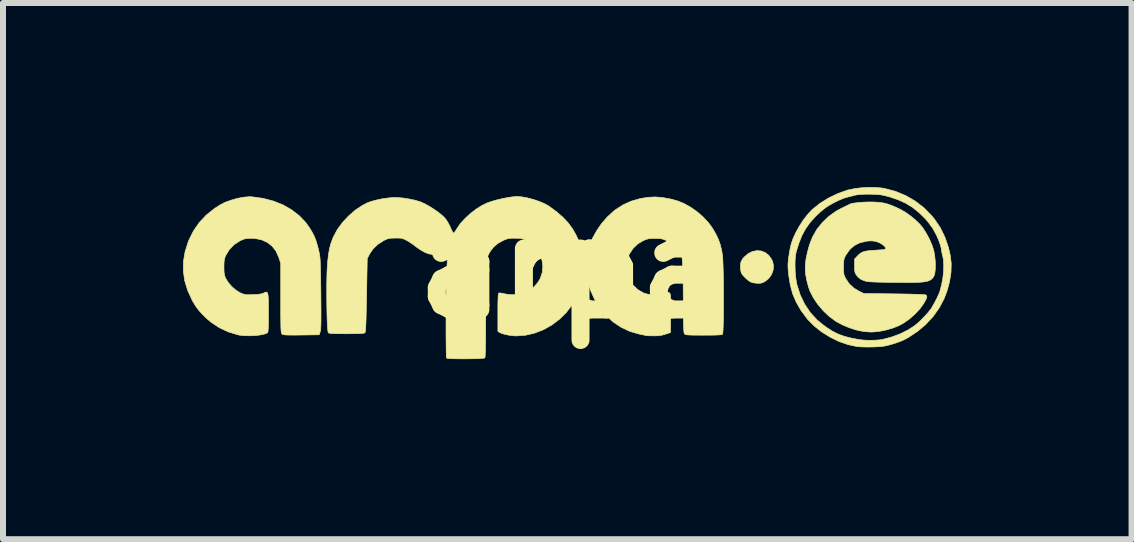
<source format=kicad_pcb>
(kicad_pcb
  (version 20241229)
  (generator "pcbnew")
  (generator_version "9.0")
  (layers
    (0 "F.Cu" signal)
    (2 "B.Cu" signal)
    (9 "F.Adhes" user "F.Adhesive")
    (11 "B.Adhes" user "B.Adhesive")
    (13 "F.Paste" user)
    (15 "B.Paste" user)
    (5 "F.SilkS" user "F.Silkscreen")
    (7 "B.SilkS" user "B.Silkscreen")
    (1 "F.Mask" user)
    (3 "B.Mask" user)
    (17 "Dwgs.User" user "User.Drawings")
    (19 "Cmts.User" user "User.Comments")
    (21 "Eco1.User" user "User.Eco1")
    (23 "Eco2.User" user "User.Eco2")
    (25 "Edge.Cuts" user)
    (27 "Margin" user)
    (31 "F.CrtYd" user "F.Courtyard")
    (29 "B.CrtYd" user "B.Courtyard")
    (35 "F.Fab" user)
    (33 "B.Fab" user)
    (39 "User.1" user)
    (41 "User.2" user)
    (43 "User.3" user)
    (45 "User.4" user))
  (footprint "arpa"
    (layer "F.Cu")
    (at 6.479 1.418)
    (property "Reference" "arpa" (at 0 0 0) (layer "F.SilkS") (effects (font (size 1.524 1.524) (thickness 0.3))))
    (attr through_hole)
    (fp_poly (pts (xy 3.155 -0.286) (xy 3.223 -0.259) (xy 3.282 -0.213) (xy 3.329 -0.147) (xy 3.347 -0.109) (xy 3.362 -0.035) (xy 3.354 0.039) (xy 3.326 0.111) (xy 3.278 0.175) (xy 3.234 0.212) (xy 3.192 0.237) (xy 3.156 0.25) (xy 3.113 0.253) (xy 3.107 0.253) (xy 3.059 0.25) (xy 3.014 0.243) (xy 2.999 0.239) (xy 2.968 0.224) (xy 2.929 0.196) (xy 2.89 0.161) (xy 2.889 0.16) (xy 2.853 0.122) (xy 2.832 0.093) (xy 2.82 0.063) (xy 2.813 0.025) (xy 2.813 0.022) (xy 2.809 -0.048) (xy 2.819 -0.103) (xy 2.845 -0.152) (xy 2.868 -0.18) (xy 2.935 -0.239) (xy 3.007 -0.276) (xy 3.082 -0.291) (xy 3.155 -0.286)) (stroke (width 0.01) (type solid)) (fill yes) (layer "F.SilkS"))
    (fp_poly (pts (xy -5.327 -1.188) (xy -5.143 -1.162) (xy -4.971 -1.117) (xy -4.812 -1.053) (xy -4.67 -0.972) (xy -4.544 -0.875) (xy -4.436 -0.762) (xy -4.376 -0.679) (xy -4.329 -0.603) (xy -4.293 -0.534) (xy -4.265 -0.463) (xy -4.24 -0.381) (xy -4.221 -0.308) (xy -4.214 -0.275) (xy -4.207 -0.245) (xy -4.202 -0.216) (xy -4.198 -0.183) (xy -4.194 -0.145) (xy -4.192 -0.099) (xy -4.19 -0.043) (xy -4.188 0.027) (xy -4.186 0.113) (xy -4.185 0.218) (xy -4.183 0.344) (xy -4.182 0.419) (xy -4.181 0.564) (xy -4.18 0.685) (xy -4.18 0.785) (xy -4.18 0.866) (xy -4.181 0.93) (xy -4.183 0.979) (xy -4.185 1.016) (xy -4.189 1.042) (xy -4.193 1.059) (xy -4.193 1.06) (xy -4.21 1.111) (xy -4.511 1.115) (xy -4.607 1.116) (xy -4.682 1.116) (xy -4.737 1.115) (xy -4.776 1.113) (xy -4.803 1.11) (xy -4.82 1.105) (xy -4.83 1.099) (xy -4.831 1.098) (xy -4.836 1.091) (xy -4.84 1.079) (xy -4.843 1.059) (xy -4.846 1.03) (xy -4.848 0.989) (xy -4.849 0.935) (xy -4.85 0.864) (xy -4.851 0.775) (xy -4.851 0.665) (xy -4.851 0.533) (xy -4.851 0.498) (xy -4.851 -0.082) (xy -4.885 -0.183) (xy -4.93 -0.283) (xy -4.993 -0.364) (xy -5.072 -0.427) (xy -5.167 -0.471) (xy -5.275 -0.493) (xy -5.342 -0.497) (xy -5.398 -0.496) (xy -5.44 -0.49) (xy -5.478 -0.478) (xy -5.525 -0.457) (xy -5.534 -0.452) (xy -5.629 -0.391) (xy -5.706 -0.311) (xy -5.764 -0.216) (xy -5.78 -0.179) (xy -5.789 -0.144) (xy -5.795 -0.103) (xy -5.797 -0.048) (xy -5.797 -0.019) (xy -5.796 0.046) (xy -5.792 0.093) (xy -5.784 0.13) (xy -5.771 0.165) (xy -5.769 0.169) (xy -5.727 0.237) (xy -5.669 0.305) (xy -5.602 0.364) (xy -5.533 0.408) (xy -5.523 0.413) (xy -5.486 0.428) (xy -5.455 0.438) (xy -5.421 0.443) (xy -5.379 0.444) (xy -5.319 0.442) (xy -5.31 0.442) (xy -5.237 0.438) (xy -5.183 0.431) (xy -5.145 0.42) (xy -5.132 0.414) (xy -5.11 0.403) (xy -5.092 0.399) (xy -5.079 0.403) (xy -5.069 0.418) (xy -5.063 0.447) (xy -5.058 0.492) (xy -5.056 0.554) (xy -5.055 0.638) (xy -5.055 0.744) (xy -5.055 0.75) (xy -5.055 0.855) (xy -5.056 0.936) (xy -5.058 0.997) (xy -5.061 1.039) (xy -5.065 1.065) (xy -5.07 1.077) (xy -5.071 1.077) (xy -5.105 1.094) (xy -5.159 1.108) (xy -5.227 1.119) (xy -5.304 1.125) (xy -5.385 1.128) (xy -5.463 1.125) (xy -5.534 1.118) (xy -5.563 1.112) (xy -5.722 1.064) (xy -5.872 0.994) (xy -6.011 0.902) (xy -6.09 0.835) (xy -6.163 0.763) (xy -6.221 0.698) (xy -6.27 0.631) (xy -6.316 0.555) (xy -6.328 0.532) (xy -6.402 0.371) (xy -6.451 0.211) (xy -6.474 0.051) (xy -6.472 -0.11) (xy -6.445 -0.272) (xy -6.393 -0.437) (xy -6.382 -0.465) (xy -6.304 -0.621) (xy -6.207 -0.761) (xy -6.089 -0.886) (xy -5.951 -0.996) (xy -5.855 -1.057) (xy -5.771 -1.099) (xy -5.673 -1.134) (xy -5.57 -1.163) (xy -5.468 -1.182) (xy -5.375 -1.19) (xy -5.327 -1.188)) (stroke (width 0.01) (type solid)) (fill yes) (layer "F.SilkS"))
    (fp_poly (pts (xy 1.514 -1.176) (xy 1.645 -1.152) (xy 1.759 -1.121) (xy 1.867 -1.078) (xy 1.978 -1.016) (xy 2.088 -0.939) (xy 2.189 -0.851) (xy 2.278 -0.756) (xy 2.343 -0.667) (xy 2.399 -0.571) (xy 2.441 -0.484) (xy 2.472 -0.398) (xy 2.495 -0.305) (xy 2.509 -0.226) (xy 2.513 -0.186) (xy 2.517 -0.127) (xy 2.52 -0.051) (xy 2.523 0.038) (xy 2.525 0.138) (xy 2.527 0.245) (xy 2.528 0.358) (xy 2.528 0.472) (xy 2.528 0.585) (xy 2.528 0.694) (xy 2.527 0.796) (xy 2.525 0.888) (xy 2.523 0.968) (xy 2.52 1.032) (xy 2.517 1.077) (xy 2.513 1.1) (xy 2.512 1.102) (xy 2.498 1.108) (xy 2.467 1.112) (xy 2.418 1.115) (xy 2.347 1.117) (xy 2.254 1.117) (xy 2.196 1.118) (xy 2.1 1.117) (xy 2.026 1.117) (xy 1.971 1.115) (xy 1.932 1.113) (xy 1.906 1.11) (xy 1.89 1.105) (xy 1.88 1.099) (xy 1.878 1.097) (xy 1.873 1.086) (xy 1.869 1.067) (xy 1.866 1.035) (xy 1.864 0.99) (xy 1.862 0.928) (xy 1.86 0.848) (xy 1.859 0.747) (xy 1.858 0.624) (xy 1.858 0.604) (xy 1.857 0.438) (xy 1.856 0.295) (xy 1.854 0.173) (xy 1.852 0.072) (xy 1.849 -0.011) (xy 1.845 -0.078) (xy 1.841 -0.13) (xy 1.837 -0.17) (xy 1.831 -0.199) (xy 1.829 -0.207) (xy 1.806 -0.254) (xy 1.766 -0.307) (xy 1.715 -0.36) (xy 1.658 -0.409) (xy 1.6 -0.447) (xy 1.577 -0.459) (xy 1.531 -0.478) (xy 1.491 -0.489) (xy 1.445 -0.494) (xy 1.385 -0.495) (xy 1.384 -0.495) (xy 1.324 -0.494) (xy 1.278 -0.489) (xy 1.238 -0.478) (xy 1.192 -0.459) (xy 1.191 -0.459) (xy 1.1 -0.404) (xy 1.022 -0.33) (xy 0.961 -0.238) (xy 0.959 -0.234) (xy 0.941 -0.198) (xy 0.93 -0.166) (xy 0.924 -0.132) (xy 0.921 -0.089) (xy 0.921 -0.027) (xy 0.921 -0.025) (xy 0.921 0.037) (xy 0.924 0.081) (xy 0.93 0.115) (xy 0.941 0.148) (xy 0.959 0.187) (xy 0.963 0.194) (xy 1.021 0.284) (xy 1.098 0.357) (xy 1.191 0.412) (xy 1.195 0.414) (xy 1.263 0.434) (xy 1.345 0.444) (xy 1.432 0.443) (xy 1.513 0.432) (xy 1.544 0.424) (xy 1.575 0.413) (xy 1.6 0.407) (xy 1.619 0.407) (xy 1.632 0.416) (xy 1.641 0.436) (xy 1.647 0.471) (xy 1.649 0.521) (xy 1.65 0.591) (xy 1.649 0.681) (xy 1.648 0.746) (xy 1.645 1.073) (xy 1.562 1.101) (xy 1.502 1.118) (xy 1.439 1.127) (xy 1.365 1.129) (xy 1.313 1.128) (xy 1.27 1.127) (xy 1.243 1.125) (xy 1.238 1.124) (xy 1.221 1.12) (xy 1.185 1.112) (xy 1.137 1.102) (xy 1.118 1.098) (xy 0.964 1.053) (xy 0.82 0.985) (xy 0.687 0.896) (xy 0.568 0.788) (xy 0.467 0.662) (xy 0.461 0.654) (xy 0.374 0.509) (xy 0.31 0.366) (xy 0.267 0.221) (xy 0.247 0.07) (xy 0.247 -0.091) (xy 0.266 -0.258) (xy 0.295 -0.377) (xy 0.346 -0.5) (xy 0.414 -0.623) (xy 0.496 -0.742) (xy 0.59 -0.851) (xy 0.693 -0.946) (xy 0.732 -0.976) (xy 0.857 -1.056) (xy 0.988 -1.115) (xy 1.13 -1.156) (xy 1.142 -1.159) (xy 1.269 -1.18) (xy 1.391 -1.186) (xy 1.514 -1.176)) (stroke (width 0.01) (type solid)) (fill yes) (layer "F.SilkS"))
    (fp_poly (pts (xy 5.042 -1.101) (xy 5.124 -1.096) (xy 5.196 -1.085) (xy 5.264 -1.068) (xy 5.336 -1.042) (xy 5.418 -1.006) (xy 5.471 -0.981) (xy 5.556 -0.933) (xy 5.642 -0.872) (xy 5.725 -0.804) (xy 5.796 -0.735) (xy 5.845 -0.677) (xy 5.905 -0.584) (xy 5.959 -0.484) (xy 6.002 -0.385) (xy 6.031 -0.296) (xy 6.032 -0.292) (xy 6.046 -0.216) (xy 6.055 -0.135) (xy 6.059 -0.054) (xy 6.057 0.02) (xy 6.05 0.083) (xy 6.037 0.127) (xy 6.033 0.136) (xy 6.016 0.162) (xy 5.996 0.183) (xy 5.971 0.2) (xy 5.94 0.214) (xy 5.899 0.224) (xy 5.846 0.232) (xy 5.779 0.237) (xy 5.695 0.239) (xy 5.593 0.24) (xy 5.469 0.239) (xy 5.372 0.238) (xy 5.253 0.237) (xy 5.157 0.235) (xy 5.08 0.233) (xy 5.02 0.231) (xy 4.973 0.228) (xy 4.938 0.225) (xy 4.91 0.22) (xy 4.887 0.215) (xy 4.866 0.208) (xy 4.864 0.207) (xy 4.808 0.181) (xy 4.766 0.144) (xy 4.753 0.128) (xy 4.733 0.101) (xy 4.721 0.077) (xy 4.715 0.049) (xy 4.712 0.011) (xy 4.712 -0.039) (xy 4.712 -0.152) (xy 4.766 -0.208) (xy 4.796 -0.237) (xy 4.827 -0.258) (xy 4.863 -0.274) (xy 4.91 -0.285) (xy 4.971 -0.292) (xy 5.051 -0.298) (xy 5.077 -0.3) (xy 5.143 -0.304) (xy 5.186 -0.307) (xy 5.213 -0.312) (xy 5.226 -0.318) (xy 5.23 -0.326) (xy 5.23 -0.335) (xy 5.215 -0.362) (xy 5.182 -0.39) (xy 5.136 -0.418) (xy 5.084 -0.439) (xy 5.059 -0.446) (xy 5.003 -0.454) (xy 4.941 -0.452) (xy 4.904 -0.447) (xy 4.798 -0.421) (xy 4.709 -0.377) (xy 4.634 -0.312) (xy 4.572 -0.225) (xy 4.564 -0.212) (xy 4.547 -0.179) (xy 4.537 -0.149) (xy 4.531 -0.116) (xy 4.529 -0.07) (xy 4.528 -0.019) (xy 4.529 0.041) (xy 4.532 0.084) (xy 4.538 0.116) (xy 4.55 0.146) (xy 4.566 0.177) (xy 4.626 0.265) (xy 4.702 0.334) (xy 4.783 0.383) (xy 4.864 0.423) (xy 5.375 0.429) (xy 5.506 0.431) (xy 5.621 0.433) (xy 5.718 0.436) (xy 5.797 0.438) (xy 5.855 0.442) (xy 5.891 0.445) (xy 5.902 0.448) (xy 5.914 0.463) (xy 5.916 0.483) (xy 5.906 0.513) (xy 5.882 0.558) (xy 5.868 0.584) (xy 5.806 0.672) (xy 5.725 0.76) (xy 5.632 0.843) (xy 5.534 0.913) (xy 5.448 0.96) (xy 5.351 0.998) (xy 5.242 1.03) (xy 5.131 1.053) (xy 5.027 1.064) (xy 4.975 1.065) (xy 4.928 1.062) (xy 4.869 1.056) (xy 4.811 1.047) (xy 4.718 1.025) (xy 4.615 0.99) (xy 4.511 0.946) (xy 4.418 0.897) (xy 4.388 0.878) (xy 4.283 0.799) (xy 4.186 0.706) (xy 4.098 0.602) (xy 4.025 0.493) (xy 3.969 0.384) (xy 3.944 0.314) (xy 3.916 0.207) (xy 3.898 0.112) (xy 3.89 0.023) (xy 3.892 -0.065) (xy 3.904 -0.159) (xy 3.927 -0.265) (xy 3.958 -0.381) (xy 4.01 -0.516) (xy 4.083 -0.644) (xy 4.176 -0.761) (xy 4.286 -0.865) (xy 4.409 -0.952) (xy 4.483 -0.992) (xy 4.538 -1.019) (xy 4.586 -1.042) (xy 4.621 -1.059) (xy 4.638 -1.068) (xy 4.669 -1.078) (xy 4.721 -1.086) (xy 4.786 -1.094) (xy 4.86 -1.099) (xy 4.937 -1.102) (xy 5.011 -1.102) (xy 5.042 -1.101)) (stroke (width 0.01) (type solid)) (fill yes) (layer "F.SilkS"))
    (fp_poly (pts (xy 5.068 -1.344) (xy 5.175 -1.334) (xy 5.208 -1.328) (xy 5.392 -1.28) (xy 5.564 -1.209) (xy 5.723 -1.117) (xy 5.868 -1.005) (xy 5.998 -0.872) (xy 6.05 -0.808) (xy 6.144 -0.667) (xy 6.219 -0.512) (xy 6.277 -0.342) (xy 6.306 -0.217) (xy 6.323 -0.078) (xy 6.319 0.071) (xy 6.295 0.225) (xy 6.253 0.381) (xy 6.204 0.509) (xy 6.124 0.661) (xy 6.022 0.805) (xy 5.9 0.937) (xy 5.762 1.054) (xy 5.611 1.154) (xy 5.541 1.192) (xy 5.494 1.213) (xy 5.432 1.237) (xy 5.365 1.259) (xy 5.329 1.27) (xy 5.266 1.287) (xy 5.21 1.299) (xy 5.153 1.307) (xy 5.086 1.311) (xy 5.021 1.314) (xy 4.947 1.315) (xy 4.873 1.314) (xy 4.808 1.312) (xy 4.759 1.308) (xy 4.756 1.308) (xy 4.607 1.276) (xy 4.455 1.224) (xy 4.307 1.152) (xy 4.168 1.066) (xy 4.041 0.966) (xy 3.933 0.857) (xy 3.916 0.836) (xy 3.816 0.7) (xy 3.739 0.566) (xy 3.68 0.427) (xy 3.64 0.277) (xy 3.614 0.114) (xy 3.606 0.039) (xy 3.603 -0.021) (xy 3.603 -0.032) (xy 3.72 -0.032) (xy 3.723 0.067) (xy 3.732 0.163) (xy 3.746 0.249) (xy 3.752 0.277) (xy 3.806 0.446) (xy 3.88 0.6) (xy 3.973 0.739) (xy 4.085 0.861) (xy 4.151 0.917) (xy 4.25 0.992) (xy 4.344 1.052) (xy 4.438 1.099) (xy 4.538 1.136) (xy 4.651 1.165) (xy 4.782 1.19) (xy 4.801 1.193) (xy 4.873 1.2) (xy 4.958 1.203) (xy 5.045 1.202) (xy 5.126 1.196) (xy 5.188 1.186) (xy 5.334 1.147) (xy 5.473 1.095) (xy 5.6 1.032) (xy 5.709 0.962) (xy 5.71 0.961) (xy 5.766 0.915) (xy 5.827 0.858) (xy 5.886 0.797) (xy 5.94 0.737) (xy 5.981 0.684) (xy 5.998 0.66) (xy 6.048 0.571) (xy 6.09 0.489) (xy 6.122 0.418) (xy 6.137 0.375) (xy 6.164 0.27) (xy 6.184 0.161) (xy 6.195 0.052) (xy 6.198 -0.051) (xy 6.193 -0.141) (xy 6.179 -0.21) (xy 6.168 -0.253) (xy 6.161 -0.291) (xy 6.16 -0.305) (xy 6.154 -0.341) (xy 6.139 -0.394) (xy 6.117 -0.456) (xy 6.089 -0.522) (xy 6.077 -0.549) (xy 6.011 -0.669) (xy 5.929 -0.779) (xy 5.886 -0.828) (xy 5.782 -0.929) (xy 5.676 -1.013) (xy 5.564 -1.082) (xy 5.438 -1.139) (xy 5.296 -1.187) (xy 5.205 -1.211) (xy 5.148 -1.221) (xy 5.075 -1.228) (xy 4.993 -1.231) (xy 4.909 -1.232) (xy 4.829 -1.229) (xy 4.762 -1.223) (xy 4.717 -1.215) (xy 4.666 -1.201) (xy 4.609 -1.187) (xy 4.585 -1.181) (xy 4.524 -1.162) (xy 4.451 -1.131) (xy 4.371 -1.092) (xy 4.292 -1.048) (xy 4.236 -1.012) (xy 4.195 -0.981) (xy 4.144 -0.938) (xy 4.091 -0.889) (xy 4.051 -0.85) (xy 3.966 -0.755) (xy 3.895 -0.654) (xy 3.835 -0.542) (xy 3.784 -0.415) (xy 3.741 -0.278) (xy 3.728 -0.212) (xy 3.721 -0.127) (xy 3.72 -0.032) (xy 3.603 -0.032) (xy 3.603 -0.074) (xy 3.608 -0.13) (xy 3.614 -0.178) (xy 3.629 -0.277) (xy 3.645 -0.359) (xy 3.665 -0.431) (xy 3.69 -0.5) (xy 3.724 -0.574) (xy 3.727 -0.581) (xy 3.785 -0.688) (xy 3.852 -0.793) (xy 3.925 -0.888) (xy 3.997 -0.967) (xy 4.01 -0.979) (xy 4.135 -1.079) (xy 4.278 -1.168) (xy 4.431 -1.242) (xy 4.589 -1.298) (xy 4.604 -1.302) (xy 4.708 -1.324) (xy 4.826 -1.339) (xy 4.949 -1.346) (xy 5.068 -1.344)) (stroke (width 0.01) (type solid)) (fill yes) (layer "F.SilkS"))
    (fp_poly (pts (xy -0.831 -1.187) (xy -0.738 -1.17) (xy -0.64 -1.144) (xy -0.545 -1.112) (xy -0.459 -1.076) (xy -0.39 -1.038) (xy -0.387 -1.036) (xy -0.258 -0.942) (xy -0.151 -0.85) (xy -0.063 -0.757) (xy 0.009 -0.66) (xy 0.069 -0.555) (xy 0.071 -0.55) (xy 0.109 -0.47) (xy 0.137 -0.402) (xy 0.157 -0.342) (xy 0.171 -0.282) (xy 0.179 -0.216) (xy 0.182 -0.138) (xy 0.184 -0.041) (xy 0.184 -0.032) (xy 0.183 0.066) (xy 0.18 0.145) (xy 0.173 0.211) (xy 0.16 0.271) (xy 0.142 0.331) (xy 0.115 0.398) (xy 0.08 0.476) (xy 0.003 0.615) (xy -0.093 0.741) (xy -0.206 0.852) (xy -0.333 0.948) (xy -0.471 1.025) (xy -0.616 1.082) (xy -0.768 1.118) (xy -0.921 1.13) (xy -0.981 1.127) (xy -1.047 1.118) (xy -1.111 1.105) (xy -1.165 1.09) (xy -1.201 1.074) (xy -1.202 1.073) (xy -1.232 1.054) (xy -1.232 0.738) (xy -1.232 0.637) (xy -1.231 0.559) (xy -1.229 0.501) (xy -1.227 0.461) (xy -1.224 0.435) (xy -1.219 0.42) (xy -1.214 0.415) (xy -1.193 0.414) (xy -1.156 0.42) (xy -1.122 0.428) (xy -1.048 0.44) (xy -0.964 0.444) (xy -0.881 0.438) (xy -0.806 0.424) (xy -0.757 0.406) (xy -0.69 0.364) (xy -0.623 0.305) (xy -0.565 0.238) (xy -0.524 0.169) (xy -0.492 0.071) (xy -0.483 -0.029) (xy -0.496 -0.129) (xy -0.53 -0.225) (xy -0.584 -0.313) (xy -0.655 -0.391) (xy -0.744 -0.454) (xy -0.766 -0.466) (xy -0.802 -0.482) (xy -0.838 -0.492) (xy -0.881 -0.497) (xy -0.94 -0.498) (xy -0.945 -0.498) (xy -1.005 -0.498) (xy -1.049 -0.494) (xy -1.087 -0.484) (xy -1.128 -0.468) (xy -1.143 -0.461) (xy -1.232 -0.412) (xy -1.302 -0.353) (xy -1.357 -0.282) (xy -1.372 -0.258) (xy -1.385 -0.234) (xy -1.396 -0.209) (xy -1.406 -0.181) (xy -1.413 -0.148) (xy -1.42 -0.107) (xy -1.424 -0.056) (xy -1.428 0.005) (xy -1.431 0.08) (xy -1.433 0.171) (xy -1.434 0.279) (xy -1.435 0.407) (xy -1.435 0.556) (xy -1.435 0.712) (xy -1.435 0.881) (xy -1.436 1.026) (xy -1.436 1.149) (xy -1.437 1.251) (xy -1.439 1.333) (xy -1.44 1.396) (xy -1.443 1.443) (xy -1.445 1.475) (xy -1.448 1.492) (xy -1.45 1.496) (xy -1.467 1.501) (xy -1.505 1.505) (xy -1.559 1.508) (xy -1.625 1.51) (xy -1.7 1.511) (xy -1.778 1.512) (xy -1.856 1.512) (xy -1.929 1.511) (xy -1.993 1.509) (xy -2.044 1.506) (xy -2.078 1.502) (xy -2.089 1.498) (xy -2.091 1.483) (xy -2.092 1.446) (xy -2.093 1.387) (xy -2.094 1.311) (xy -2.095 1.219) (xy -2.096 1.114) (xy -2.096 0.999) (xy -2.096 0.875) (xy -2.096 0.847) (xy -2.095 0.623) (xy -2.093 0.424) (xy -2.09 0.249) (xy -2.086 0.096) (xy -2.08 -0.034) (xy -2.074 -0.143) (xy -2.066 -0.231) (xy -2.062 -0.264) (xy -2.058 -0.302) (xy -2.06 -0.322) (xy -2.069 -0.329) (xy -2.079 -0.33) (xy -2.107 -0.323) (xy -2.137 -0.305) (xy -2.194 -0.269) (xy -2.258 -0.242) (xy -2.319 -0.229) (xy -2.332 -0.229) (xy -2.385 -0.238) (xy -2.449 -0.263) (xy -2.519 -0.302) (xy -2.59 -0.351) (xy -2.605 -0.363) (xy -2.655 -0.401) (xy -2.713 -0.439) (xy -2.749 -0.46) (xy -2.788 -0.48) (xy -2.821 -0.492) (xy -2.855 -0.499) (xy -2.901 -0.501) (xy -2.94 -0.501) (xy -2.999 -0.499) (xy -3.041 -0.495) (xy -3.076 -0.486) (xy -3.114 -0.469) (xy -3.131 -0.461) (xy -3.23 -0.398) (xy -3.31 -0.323) (xy -3.369 -0.237) (xy -3.369 -0.236) (xy -3.409 -0.159) (xy -3.42 0.451) (xy -3.423 0.6) (xy -3.426 0.725) (xy -3.428 0.829) (xy -3.431 0.911) (xy -3.434 0.976) (xy -3.437 1.023) (xy -3.441 1.054) (xy -3.444 1.072) (xy -3.447 1.077) (xy -3.459 1.083) (xy -3.483 1.087) (xy -3.522 1.09) (xy -3.579 1.092) (xy -3.656 1.093) (xy -3.753 1.094) (xy -3.852 1.093) (xy -3.929 1.092) (xy -3.985 1.09) (xy -4.024 1.087) (xy -4.047 1.083) (xy -4.058 1.077) (xy -4.063 1.06) (xy -4.068 1.02) (xy -4.072 0.961) (xy -4.076 0.886) (xy -4.079 0.798) (xy -4.081 0.7) (xy -4.083 0.596) (xy -4.084 0.488) (xy -4.084 0.38) (xy -4.084 0.274) (xy -4.082 0.175) (xy -4.08 0.084) (xy -4.077 0.019) (xy -4.068 -0.113) (xy -4.055 -0.226) (xy -4.038 -0.323) (xy -4.015 -0.411) (xy -3.984 -0.494) (xy -3.973 -0.521) (xy -3.908 -0.642) (xy -3.822 -0.76) (xy -3.72 -0.869) (xy -3.607 -0.967) (xy -3.487 -1.047) (xy -3.406 -1.088) (xy -3.341 -1.112) (xy -3.258 -1.134) (xy -3.165 -1.154) (xy -3.068 -1.168) (xy -2.993 -1.176) (xy -2.91 -1.176) (xy -2.814 -1.168) (xy -2.711 -1.152) (xy -2.612 -1.131) (xy -2.525 -1.105) (xy -2.505 -1.097) (xy -2.444 -1.069) (xy -2.375 -1.03) (xy -2.302 -0.984) (xy -2.232 -0.936) (xy -2.172 -0.888) (xy -2.127 -0.847) (xy -2.12 -0.839) (xy -2.086 -0.796) (xy -2.058 -0.75) (xy -2.029 -0.693) (xy -2.002 -0.632) (xy -1.986 -0.602) (xy -1.973 -0.585) (xy -1.97 -0.584) (xy -1.958 -0.594) (xy -1.938 -0.621) (xy -1.916 -0.656) (xy -1.859 -0.74) (xy -1.782 -0.825) (xy -1.692 -0.908) (xy -1.594 -0.983) (xy -1.494 -1.046) (xy -1.405 -1.088) (xy -1.339 -1.111) (xy -1.259 -1.134) (xy -1.171 -1.155) (xy -1.083 -1.173) (xy -1.002 -1.186) (xy -0.934 -1.193) (xy -0.91 -1.194) (xy -0.831 -1.187)) (stroke (width 0.01) (type solid)) (fill yes) (layer "F.SilkS")))
  (gr_rect
    (start -3 -3)
    (end 15.807 5.935)
    (stroke (width 0.1) (type default))
    (fill no)
    (layer "Edge.Cuts")))
</source>
